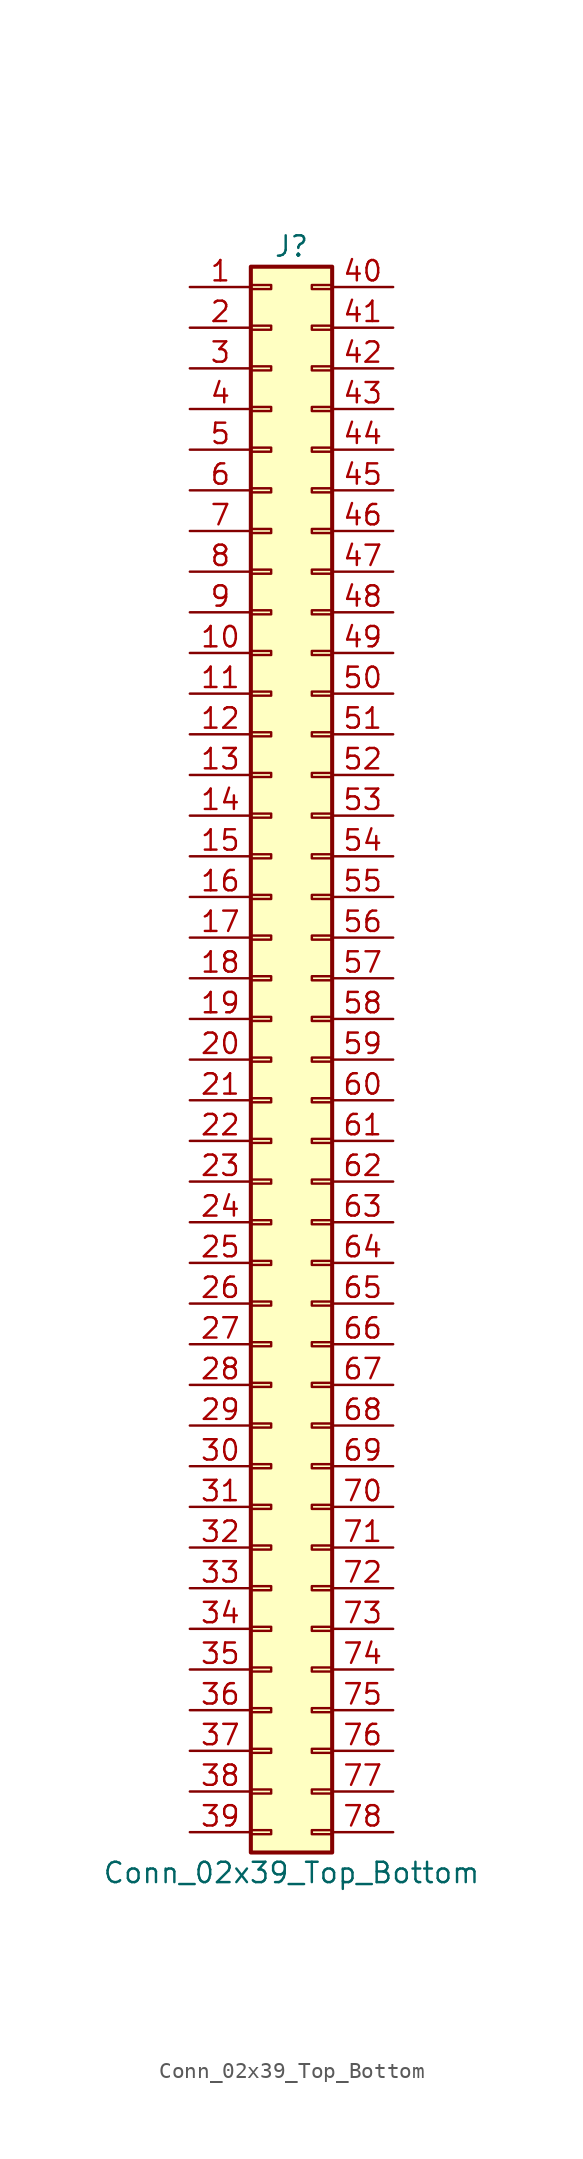
<source format=kicad_sym>
(kicad_symbol_lib
  (version 20211014)
  (generator kicad_symbol_editor)
  (symbol "Conn_02x39_Top_Bottom"
    (pin_names
      (offset 1.016) hide)
    (property "Reference" "J"
      (at 1.27 50.8 0)
      (effects (font (size 1.27 1.27))))
    (property "Value" "Conn_02x39_Top_Bottom"
      (at 1.27 -50.8 0)
      (effects (font (size 1.27 1.27))))
    (symbol "Conn_02x39_Top_Bottom_1_1"
      (rectangle (start -1.27 -48.133) (end 0 -48.387) (stroke (width 0.152) (type default) (color 0 0 0 0)) (fill (type none)))
      (rectangle (start -1.27 -45.593) (end 0 -45.847) (stroke (width 0.152) (type default) (color 0 0 0 0)) (fill (type none)))
      (rectangle (start -1.27 -43.053) (end 0 -43.307) (stroke (width 0.152) (type default) (color 0 0 0 0)) (fill (type none)))
      (rectangle (start -1.27 -40.513) (end 0 -40.767) (stroke (width 0.152) (type default) (color 0 0 0 0)) (fill (type none)))
      (rectangle (start -1.27 -37.973) (end 0 -38.227) (stroke (width 0.152) (type default) (color 0 0 0 0)) (fill (type none)))
      (rectangle (start -1.27 -35.433) (end 0 -35.687) (stroke (width 0.152) (type default) (color 0 0 0 0)) (fill (type none)))
      (rectangle (start -1.27 -32.893) (end 0 -33.147) (stroke (width 0.152) (type default) (color 0 0 0 0)) (fill (type none)))
      (rectangle (start -1.27 -30.353) (end 0 -30.607) (stroke (width 0.152) (type default) (color 0 0 0 0)) (fill (type none)))
      (rectangle (start -1.27 -27.813) (end 0 -28.067) (stroke (width 0.152) (type default) (color 0 0 0 0)) (fill (type none)))
      (rectangle (start -1.27 -25.273) (end 0 -25.527) (stroke (width 0.152) (type default) (color 0 0 0 0)) (fill (type none)))
      (rectangle (start -1.27 -22.733) (end 0 -22.987) (stroke (width 0.152) (type default) (color 0 0 0 0)) (fill (type none)))
      (rectangle (start -1.27 -20.193) (end 0 -20.447) (stroke (width 0.152) (type default) (color 0 0 0 0)) (fill (type none)))
      (rectangle (start -1.27 -17.653) (end 0 -17.907) (stroke (width 0.152) (type default) (color 0 0 0 0)) (fill (type none)))
      (rectangle (start -1.27 -15.113) (end 0 -15.367) (stroke (width 0.152) (type default) (color 0 0 0 0)) (fill (type none)))
      (rectangle (start -1.27 -12.573) (end 0 -12.827) (stroke (width 0.152) (type default) (color 0 0 0 0)) (fill (type none)))
      (rectangle (start -1.27 -10.033) (end 0 -10.287) (stroke (width 0.152) (type default) (color 0 0 0 0)) (fill (type none)))
      (rectangle (start -1.27 -7.493) (end 0 -7.747) (stroke (width 0.152) (type default) (color 0 0 0 0)) (fill (type none)))
      (rectangle (start -1.27 -4.953) (end 0 -5.207) (stroke (width 0.152) (type default) (color 0 0 0 0)) (fill (type none)))
      (rectangle (start -1.27 -2.413) (end 0 -2.667) (stroke (width 0.152) (type default) (color 0 0 0 0)) (fill (type none)))
      (rectangle (start -1.27 0.127) (end 0 -0.127) (stroke (width 0.152) (type default) (color 0 0 0 0)) (fill (type none)))
      (rectangle (start -1.27 2.667) (end 0 2.413) (stroke (width 0.152) (type default) (color 0 0 0 0)) (fill (type none)))
      (rectangle (start -1.27 5.207) (end 0 4.953) (stroke (width 0.152) (type default) (color 0 0 0 0)) (fill (type none)))
      (rectangle (start -1.27 7.747) (end 0 7.493) (stroke (width 0.152) (type default) (color 0 0 0 0)) (fill (type none)))
      (rectangle (start -1.27 10.287) (end 0 10.033) (stroke (width 0.152) (type default) (color 0 0 0 0)) (fill (type none)))
      (rectangle (start -1.27 12.827) (end 0 12.573) (stroke (width 0.152) (type default) (color 0 0 0 0)) (fill (type none)))
      (rectangle (start -1.27 15.367) (end 0 15.113) (stroke (width 0.152) (type default) (color 0 0 0 0)) (fill (type none)))
      (rectangle (start -1.27 17.907) (end 0 17.653) (stroke (width 0.152) (type default) (color 0 0 0 0)) (fill (type none)))
      (rectangle (start -1.27 20.447) (end 0 20.193) (stroke (width 0.152) (type default) (color 0 0 0 0)) (fill (type none)))
      (rectangle (start -1.27 22.987) (end 0 22.733) (stroke (width 0.152) (type default) (color 0 0 0 0)) (fill (type none)))
      (rectangle (start -1.27 25.527) (end 0 25.273) (stroke (width 0.152) (type default) (color 0 0 0 0)) (fill (type none)))
      (rectangle (start -1.27 28.067) (end 0 27.813) (stroke (width 0.152) (type default) (color 0 0 0 0)) (fill (type none)))
      (rectangle (start -1.27 30.607) (end 0 30.353) (stroke (width 0.152) (type default) (color 0 0 0 0)) (fill (type none)))
      (rectangle (start -1.27 33.147) (end 0 32.893) (stroke (width 0.152) (type default) (color 0 0 0 0)) (fill (type none)))
      (rectangle (start -1.27 35.687) (end 0 35.433) (stroke (width 0.152) (type default) (color 0 0 0 0)) (fill (type none)))
      (rectangle (start -1.27 38.227) (end 0 37.973) (stroke (width 0.152) (type default) (color 0 0 0 0)) (fill (type none)))
      (rectangle (start -1.27 40.767) (end 0 40.513) (stroke (width 0.152) (type default) (color 0 0 0 0)) (fill (type none)))
      (rectangle (start -1.27 43.307) (end 0 43.053) (stroke (width 0.152) (type default) (color 0 0 0 0)) (fill (type none)))
      (rectangle (start -1.27 45.847) (end 0 45.593) (stroke (width 0.152) (type default) (color 0 0 0 0)) (fill (type none)))
      (rectangle (start -1.27 48.387) (end 0 48.133) (stroke (width 0.152) (type default) (color 0 0 0 0)) (fill (type none)))
      (rectangle (start -1.27 49.53) (end 3.81 -49.53) (stroke (width 0.254) (type default) (color 0 0 0 0)) (fill (type background)))
      (rectangle (start 3.81 -48.133) (end 2.54 -48.387) (stroke (width 0.152) (type default) (color 0 0 0 0)) (fill (type none)))
      (rectangle (start 3.81 -45.593) (end 2.54 -45.847) (stroke (width 0.152) (type default) (color 0 0 0 0)) (fill (type none)))
      (rectangle (start 3.81 -43.053) (end 2.54 -43.307) (stroke (width 0.152) (type default) (color 0 0 0 0)) (fill (type none)))
      (rectangle (start 3.81 -40.513) (end 2.54 -40.767) (stroke (width 0.152) (type default) (color 0 0 0 0)) (fill (type none)))
      (rectangle (start 3.81 -37.973) (end 2.54 -38.227) (stroke (width 0.152) (type default) (color 0 0 0 0)) (fill (type none)))
      (rectangle (start 3.81 -35.433) (end 2.54 -35.687) (stroke (width 0.152) (type default) (color 0 0 0 0)) (fill (type none)))
      (rectangle (start 3.81 -32.893) (end 2.54 -33.147) (stroke (width 0.152) (type default) (color 0 0 0 0)) (fill (type none)))
      (rectangle (start 3.81 -30.353) (end 2.54 -30.607) (stroke (width 0.152) (type default) (color 0 0 0 0)) (fill (type none)))
      (rectangle (start 3.81 -27.813) (end 2.54 -28.067) (stroke (width 0.152) (type default) (color 0 0 0 0)) (fill (type none)))
      (rectangle (start 3.81 -25.273) (end 2.54 -25.527) (stroke (width 0.152) (type default) (color 0 0 0 0)) (fill (type none)))
      (rectangle (start 3.81 -22.733) (end 2.54 -22.987) (stroke (width 0.152) (type default) (color 0 0 0 0)) (fill (type none)))
      (rectangle (start 3.81 -20.193) (end 2.54 -20.447) (stroke (width 0.152) (type default) (color 0 0 0 0)) (fill (type none)))
      (rectangle (start 3.81 -17.653) (end 2.54 -17.907) (stroke (width 0.152) (type default) (color 0 0 0 0)) (fill (type none)))
      (rectangle (start 3.81 -15.113) (end 2.54 -15.367) (stroke (width 0.152) (type default) (color 0 0 0 0)) (fill (type none)))
      (rectangle (start 3.81 -12.573) (end 2.54 -12.827) (stroke (width 0.152) (type default) (color 0 0 0 0)) (fill (type none)))
      (rectangle (start 3.81 -10.033) (end 2.54 -10.287) (stroke (width 0.152) (type default) (color 0 0 0 0)) (fill (type none)))
      (rectangle (start 3.81 -7.493) (end 2.54 -7.747) (stroke (width 0.152) (type default) (color 0 0 0 0)) (fill (type none)))
      (rectangle (start 3.81 -4.953) (end 2.54 -5.207) (stroke (width 0.152) (type default) (color 0 0 0 0)) (fill (type none)))
      (rectangle (start 3.81 -2.413) (end 2.54 -2.667) (stroke (width 0.152) (type default) (color 0 0 0 0)) (fill (type none)))
      (rectangle (start 3.81 0.127) (end 2.54 -0.127) (stroke (width 0.152) (type default) (color 0 0 0 0)) (fill (type none)))
      (rectangle (start 3.81 2.667) (end 2.54 2.413) (stroke (width 0.152) (type default) (color 0 0 0 0)) (fill (type none)))
      (rectangle (start 3.81 5.207) (end 2.54 4.953) (stroke (width 0.152) (type default) (color 0 0 0 0)) (fill (type none)))
      (rectangle (start 3.81 7.747) (end 2.54 7.493) (stroke (width 0.152) (type default) (color 0 0 0 0)) (fill (type none)))
      (rectangle (start 3.81 10.287) (end 2.54 10.033) (stroke (width 0.152) (type default) (color 0 0 0 0)) (fill (type none)))
      (rectangle (start 3.81 12.827) (end 2.54 12.573) (stroke (width 0.152) (type default) (color 0 0 0 0)) (fill (type none)))
      (rectangle (start 3.81 15.367) (end 2.54 15.113) (stroke (width 0.152) (type default) (color 0 0 0 0)) (fill (type none)))
      (rectangle (start 3.81 17.907) (end 2.54 17.653) (stroke (width 0.152) (type default) (color 0 0 0 0)) (fill (type none)))
      (rectangle (start 3.81 20.447) (end 2.54 20.193) (stroke (width 0.152) (type default) (color 0 0 0 0)) (fill (type none)))
      (rectangle (start 3.81 22.987) (end 2.54 22.733) (stroke (width 0.152) (type default) (color 0 0 0 0)) (fill (type none)))
      (rectangle (start 3.81 25.527) (end 2.54 25.273) (stroke (width 0.152) (type default) (color 0 0 0 0)) (fill (type none)))
      (rectangle (start 3.81 28.067) (end 2.54 27.813) (stroke (width 0.152) (type default) (color 0 0 0 0)) (fill (type none)))
      (rectangle (start 3.81 30.607) (end 2.54 30.353) (stroke (width 0.152) (type default) (color 0 0 0 0)) (fill (type none)))
      (rectangle (start 3.81 33.147) (end 2.54 32.893) (stroke (width 0.152) (type default) (color 0 0 0 0)) (fill (type none)))
      (rectangle (start 3.81 35.687) (end 2.54 35.433) (stroke (width 0.152) (type default) (color 0 0 0 0)) (fill (type none)))
      (rectangle (start 3.81 38.227) (end 2.54 37.973) (stroke (width 0.152) (type default) (color 0 0 0 0)) (fill (type none)))
      (rectangle (start 3.81 40.767) (end 2.54 40.513) (stroke (width 0.152) (type default) (color 0 0 0 0)) (fill (type none)))
      (rectangle (start 3.81 43.307) (end 2.54 43.053) (stroke (width 0.152) (type default) (color 0 0 0 0)) (fill (type none)))
      (rectangle (start 3.81 45.847) (end 2.54 45.593) (stroke (width 0.152) (type default) (color 0 0 0 0)) (fill (type none)))
      (rectangle (start 3.81 48.387) (end 2.54 48.133) (stroke (width 0.152) (type default) (color 0 0 0 0)) (fill (type none)))
      (pin passive line (at -5.08 48.26 0) (length 3.81) (name "Pin_1" (effects (font (size 1.27 1.27)))) (number "1" (effects (font (size 1.27 1.27)))))
      (pin passive line (at -5.08 25.4 0) (length 3.81) (name "Pin_10" (effects (font (size 1.27 1.27)))) (number "10" (effects (font (size 1.27 1.27)))))
      (pin passive line (at -5.08 22.86 0) (length 3.81) (name "Pin_11" (effects (font (size 1.27 1.27)))) (number "11" (effects (font (size 1.27 1.27)))))
      (pin passive line (at -5.08 20.32 0) (length 3.81) (name "Pin_12" (effects (font (size 1.27 1.27)))) (number "12" (effects (font (size 1.27 1.27)))))
      (pin passive line (at -5.08 17.78 0) (length 3.81) (name "Pin_13" (effects (font (size 1.27 1.27)))) (number "13" (effects (font (size 1.27 1.27)))))
      (pin passive line (at -5.08 15.24 0) (length 3.81) (name "Pin_14" (effects (font (size 1.27 1.27)))) (number "14" (effects (font (size 1.27 1.27)))))
      (pin passive line (at -5.08 12.7 0) (length 3.81) (name "Pin_15" (effects (font (size 1.27 1.27)))) (number "15" (effects (font (size 1.27 1.27)))))
      (pin passive line (at -5.08 10.16 0) (length 3.81) (name "Pin_16" (effects (font (size 1.27 1.27)))) (number "16" (effects (font (size 1.27 1.27)))))
      (pin passive line (at -5.08 7.62 0) (length 3.81) (name "Pin_17" (effects (font (size 1.27 1.27)))) (number "17" (effects (font (size 1.27 1.27)))))
      (pin passive line (at -5.08 5.08 0) (length 3.81) (name "Pin_18" (effects (font (size 1.27 1.27)))) (number "18" (effects (font (size 1.27 1.27)))))
      (pin passive line (at -5.08 2.54 0) (length 3.81) (name "Pin_19" (effects (font (size 1.27 1.27)))) (number "19" (effects (font (size 1.27 1.27)))))
      (pin passive line (at -5.08 45.72 0) (length 3.81) (name "Pin_2" (effects (font (size 1.27 1.27)))) (number "2" (effects (font (size 1.27 1.27)))))
      (pin passive line (at -5.08 0 0) (length 3.81) (name "Pin_20" (effects (font (size 1.27 1.27)))) (number "20" (effects (font (size 1.27 1.27)))))
      (pin passive line (at -5.08 -2.54 0) (length 3.81) (name "Pin_21" (effects (font (size 1.27 1.27)))) (number "21" (effects (font (size 1.27 1.27)))))
      (pin passive line (at -5.08 -5.08 0) (length 3.81) (name "Pin_22" (effects (font (size 1.27 1.27)))) (number "22" (effects (font (size 1.27 1.27)))))
      (pin passive line (at -5.08 -7.62 0) (length 3.81) (name "Pin_23" (effects (font (size 1.27 1.27)))) (number "23" (effects (font (size 1.27 1.27)))))
      (pin passive line (at -5.08 -10.16 0) (length 3.81) (name "Pin_24" (effects (font (size 1.27 1.27)))) (number "24" (effects (font (size 1.27 1.27)))))
      (pin passive line (at -5.08 -12.7 0) (length 3.81) (name "Pin_25" (effects (font (size 1.27 1.27)))) (number "25" (effects (font (size 1.27 1.27)))))
      (pin passive line (at -5.08 -15.24 0) (length 3.81) (name "Pin_26" (effects (font (size 1.27 1.27)))) (number "26" (effects (font (size 1.27 1.27)))))
      (pin passive line (at -5.08 -17.78 0) (length 3.81) (name "Pin_27" (effects (font (size 1.27 1.27)))) (number "27" (effects (font (size 1.27 1.27)))))
      (pin passive line (at -5.08 -20.32 0) (length 3.81) (name "Pin_28" (effects (font (size 1.27 1.27)))) (number "28" (effects (font (size 1.27 1.27)))))
      (pin passive line (at -5.08 -22.86 0) (length 3.81) (name "Pin_29" (effects (font (size 1.27 1.27)))) (number "29" (effects (font (size 1.27 1.27)))))
      (pin passive line (at -5.08 43.18 0) (length 3.81) (name "Pin_3" (effects (font (size 1.27 1.27)))) (number "3" (effects (font (size 1.27 1.27)))))
      (pin passive line (at -5.08 -25.4 0) (length 3.81) (name "Pin_30" (effects (font (size 1.27 1.27)))) (number "30" (effects (font (size 1.27 1.27)))))
      (pin passive line (at -5.08 -27.94 0) (length 3.81) (name "Pin_31" (effects (font (size 1.27 1.27)))) (number "31" (effects (font (size 1.27 1.27)))))
      (pin passive line (at -5.08 -30.48 0) (length 3.81) (name "Pin_32" (effects (font (size 1.27 1.27)))) (number "32" (effects (font (size 1.27 1.27)))))
      (pin passive line (at -5.08 -33.02 0) (length 3.81) (name "Pin_33" (effects (font (size 1.27 1.27)))) (number "33" (effects (font (size 1.27 1.27)))))
      (pin passive line (at -5.08 -35.56 0) (length 3.81) (name "Pin_34" (effects (font (size 1.27 1.27)))) (number "34" (effects (font (size 1.27 1.27)))))
      (pin passive line (at -5.08 -38.1 0) (length 3.81) (name "Pin_35" (effects (font (size 1.27 1.27)))) (number "35" (effects (font (size 1.27 1.27)))))
      (pin passive line (at -5.08 -40.64 0) (length 3.81) (name "Pin_36" (effects (font (size 1.27 1.27)))) (number "36" (effects (font (size 1.27 1.27)))))
      (pin passive line (at -5.08 -43.18 0) (length 3.81) (name "Pin_37" (effects (font (size 1.27 1.27)))) (number "37" (effects (font (size 1.27 1.27)))))
      (pin passive line (at -5.08 -45.72 0) (length 3.81) (name "Pin_38" (effects (font (size 1.27 1.27)))) (number "38" (effects (font (size 1.27 1.27)))))
      (pin passive line (at -5.08 -48.26 0) (length 3.81) (name "Pin_39" (effects (font (size 1.27 1.27)))) (number "39" (effects (font (size 1.27 1.27)))))
      (pin passive line (at -5.08 40.64 0) (length 3.81) (name "Pin_4" (effects (font (size 1.27 1.27)))) (number "4" (effects (font (size 1.27 1.27)))))
      (pin passive line (at 7.62 48.26 180) (length 3.81) (name "Pin_40" (effects (font (size 1.27 1.27)))) (number "40" (effects (font (size 1.27 1.27)))))
      (pin passive line (at 7.62 45.72 180) (length 3.81) (name "Pin_41" (effects (font (size 1.27 1.27)))) (number "41" (effects (font (size 1.27 1.27)))))
      (pin passive line (at 7.62 43.18 180) (length 3.81) (name "Pin_42" (effects (font (size 1.27 1.27)))) (number "42" (effects (font (size 1.27 1.27)))))
      (pin passive line (at 7.62 40.64 180) (length 3.81) (name "Pin_43" (effects (font (size 1.27 1.27)))) (number "43" (effects (font (size 1.27 1.27)))))
      (pin passive line (at 7.62 38.1 180) (length 3.81) (name "Pin_44" (effects (font (size 1.27 1.27)))) (number "44" (effects (font (size 1.27 1.27)))))
      (pin passive line (at 7.62 35.56 180) (length 3.81) (name "Pin_45" (effects (font (size 1.27 1.27)))) (number "45" (effects (font (size 1.27 1.27)))))
      (pin passive line (at 7.62 33.02 180) (length 3.81) (name "Pin_46" (effects (font (size 1.27 1.27)))) (number "46" (effects (font (size 1.27 1.27)))))
      (pin passive line (at 7.62 30.48 180) (length 3.81) (name "Pin_47" (effects (font (size 1.27 1.27)))) (number "47" (effects (font (size 1.27 1.27)))))
      (pin passive line (at 7.62 27.94 180) (length 3.81) (name "Pin_48" (effects (font (size 1.27 1.27)))) (number "48" (effects (font (size 1.27 1.27)))))
      (pin passive line (at 7.62 25.4 180) (length 3.81) (name "Pin_49" (effects (font (size 1.27 1.27)))) (number "49" (effects (font (size 1.27 1.27)))))
      (pin passive line (at -5.08 38.1 0) (length 3.81) (name "Pin_5" (effects (font (size 1.27 1.27)))) (number "5" (effects (font (size 1.27 1.27)))))
      (pin passive line (at 7.62 22.86 180) (length 3.81) (name "Pin_50" (effects (font (size 1.27 1.27)))) (number "50" (effects (font (size 1.27 1.27)))))
      (pin passive line (at 7.62 20.32 180) (length 3.81) (name "Pin_51" (effects (font (size 1.27 1.27)))) (number "51" (effects (font (size 1.27 1.27)))))
      (pin passive line (at 7.62 17.78 180) (length 3.81) (name "Pin_52" (effects (font (size 1.27 1.27)))) (number "52" (effects (font (size 1.27 1.27)))))
      (pin passive line (at 7.62 15.24 180) (length 3.81) (name "Pin_53" (effects (font (size 1.27 1.27)))) (number "53" (effects (font (size 1.27 1.27)))))
      (pin passive line (at 7.62 12.7 180) (length 3.81) (name "Pin_54" (effects (font (size 1.27 1.27)))) (number "54" (effects (font (size 1.27 1.27)))))
      (pin passive line (at 7.62 10.16 180) (length 3.81) (name "Pin_55" (effects (font (size 1.27 1.27)))) (number "55" (effects (font (size 1.27 1.27)))))
      (pin passive line (at 7.62 7.62 180) (length 3.81) (name "Pin_56" (effects (font (size 1.27 1.27)))) (number "56" (effects (font (size 1.27 1.27)))))
      (pin passive line (at 7.62 5.08 180) (length 3.81) (name "Pin_57" (effects (font (size 1.27 1.27)))) (number "57" (effects (font (size 1.27 1.27)))))
      (pin passive line (at 7.62 2.54 180) (length 3.81) (name "Pin_58" (effects (font (size 1.27 1.27)))) (number "58" (effects (font (size 1.27 1.27)))))
      (pin passive line (at 7.62 0 180) (length 3.81) (name "Pin_59" (effects (font (size 1.27 1.27)))) (number "59" (effects (font (size 1.27 1.27)))))
      (pin passive line (at -5.08 35.56 0) (length 3.81) (name "Pin_6" (effects (font (size 1.27 1.27)))) (number "6" (effects (font (size 1.27 1.27)))))
      (pin passive line (at 7.62 -2.54 180) (length 3.81) (name "Pin_60" (effects (font (size 1.27 1.27)))) (number "60" (effects (font (size 1.27 1.27)))))
      (pin passive line (at 7.62 -5.08 180) (length 3.81) (name "Pin_61" (effects (font (size 1.27 1.27)))) (number "61" (effects (font (size 1.27 1.27)))))
      (pin passive line (at 7.62 -7.62 180) (length 3.81) (name "Pin_62" (effects (font (size 1.27 1.27)))) (number "62" (effects (font (size 1.27 1.27)))))
      (pin passive line (at 7.62 -10.16 180) (length 3.81) (name "Pin_63" (effects (font (size 1.27 1.27)))) (number "63" (effects (font (size 1.27 1.27)))))
      (pin passive line (at 7.62 -12.7 180) (length 3.81) (name "Pin_64" (effects (font (size 1.27 1.27)))) (number "64" (effects (font (size 1.27 1.27)))))
      (pin passive line (at 7.62 -15.24 180) (length 3.81) (name "Pin_65" (effects (font (size 1.27 1.27)))) (number "65" (effects (font (size 1.27 1.27)))))
      (pin passive line (at 7.62 -17.78 180) (length 3.81) (name "Pin_66" (effects (font (size 1.27 1.27)))) (number "66" (effects (font (size 1.27 1.27)))))
      (pin passive line (at 7.62 -20.32 180) (length 3.81) (name "Pin_67" (effects (font (size 1.27 1.27)))) (number "67" (effects (font (size 1.27 1.27)))))
      (pin passive line (at 7.62 -22.86 180) (length 3.81) (name "Pin_68" (effects (font (size 1.27 1.27)))) (number "68" (effects (font (size 1.27 1.27)))))
      (pin passive line (at 7.62 -25.4 180) (length 3.81) (name "Pin_69" (effects (font (size 1.27 1.27)))) (number "69" (effects (font (size 1.27 1.27)))))
      (pin passive line (at -5.08 33.02 0) (length 3.81) (name "Pin_7" (effects (font (size 1.27 1.27)))) (number "7" (effects (font (size 1.27 1.27)))))
      (pin passive line (at 7.62 -27.94 180) (length 3.81) (name "Pin_70" (effects (font (size 1.27 1.27)))) (number "70" (effects (font (size 1.27 1.27)))))
      (pin passive line (at 7.62 -30.48 180) (length 3.81) (name "Pin_71" (effects (font (size 1.27 1.27)))) (number "71" (effects (font (size 1.27 1.27)))))
      (pin passive line (at 7.62 -33.02 180) (length 3.81) (name "Pin_72" (effects (font (size 1.27 1.27)))) (number "72" (effects (font (size 1.27 1.27)))))
      (pin passive line (at 7.62 -35.56 180) (length 3.81) (name "Pin_73" (effects (font (size 1.27 1.27)))) (number "73" (effects (font (size 1.27 1.27)))))
      (pin passive line (at 7.62 -38.1 180) (length 3.81) (name "Pin_74" (effects (font (size 1.27 1.27)))) (number "74" (effects (font (size 1.27 1.27)))))
      (pin passive line (at 7.62 -40.64 180) (length 3.81) (name "Pin_75" (effects (font (size 1.27 1.27)))) (number "75" (effects (font (size 1.27 1.27)))))
      (pin passive line (at 7.62 -43.18 180) (length 3.81) (name "Pin_76" (effects (font (size 1.27 1.27)))) (number "76" (effects (font (size 1.27 1.27)))))
      (pin passive line (at 7.62 -45.72 180) (length 3.81) (name "Pin_77" (effects (font (size 1.27 1.27)))) (number "77" (effects (font (size 1.27 1.27)))))
      (pin passive line (at 7.62 -48.26 180) (length 3.81) (name "Pin_78" (effects (font (size 1.27 1.27)))) (number "78" (effects (font (size 1.27 1.27)))))
      (pin passive line (at -5.08 30.48 0) (length 3.81) (name "Pin_8" (effects (font (size 1.27 1.27)))) (number "8" (effects (font (size 1.27 1.27)))))
      (pin passive line (at -5.08 27.94 0) (length 3.81) (name "Pin_9" (effects (font (size 1.27 1.27)))) (number "9" (effects (font (size 1.27 1.27))))))))
</source>
